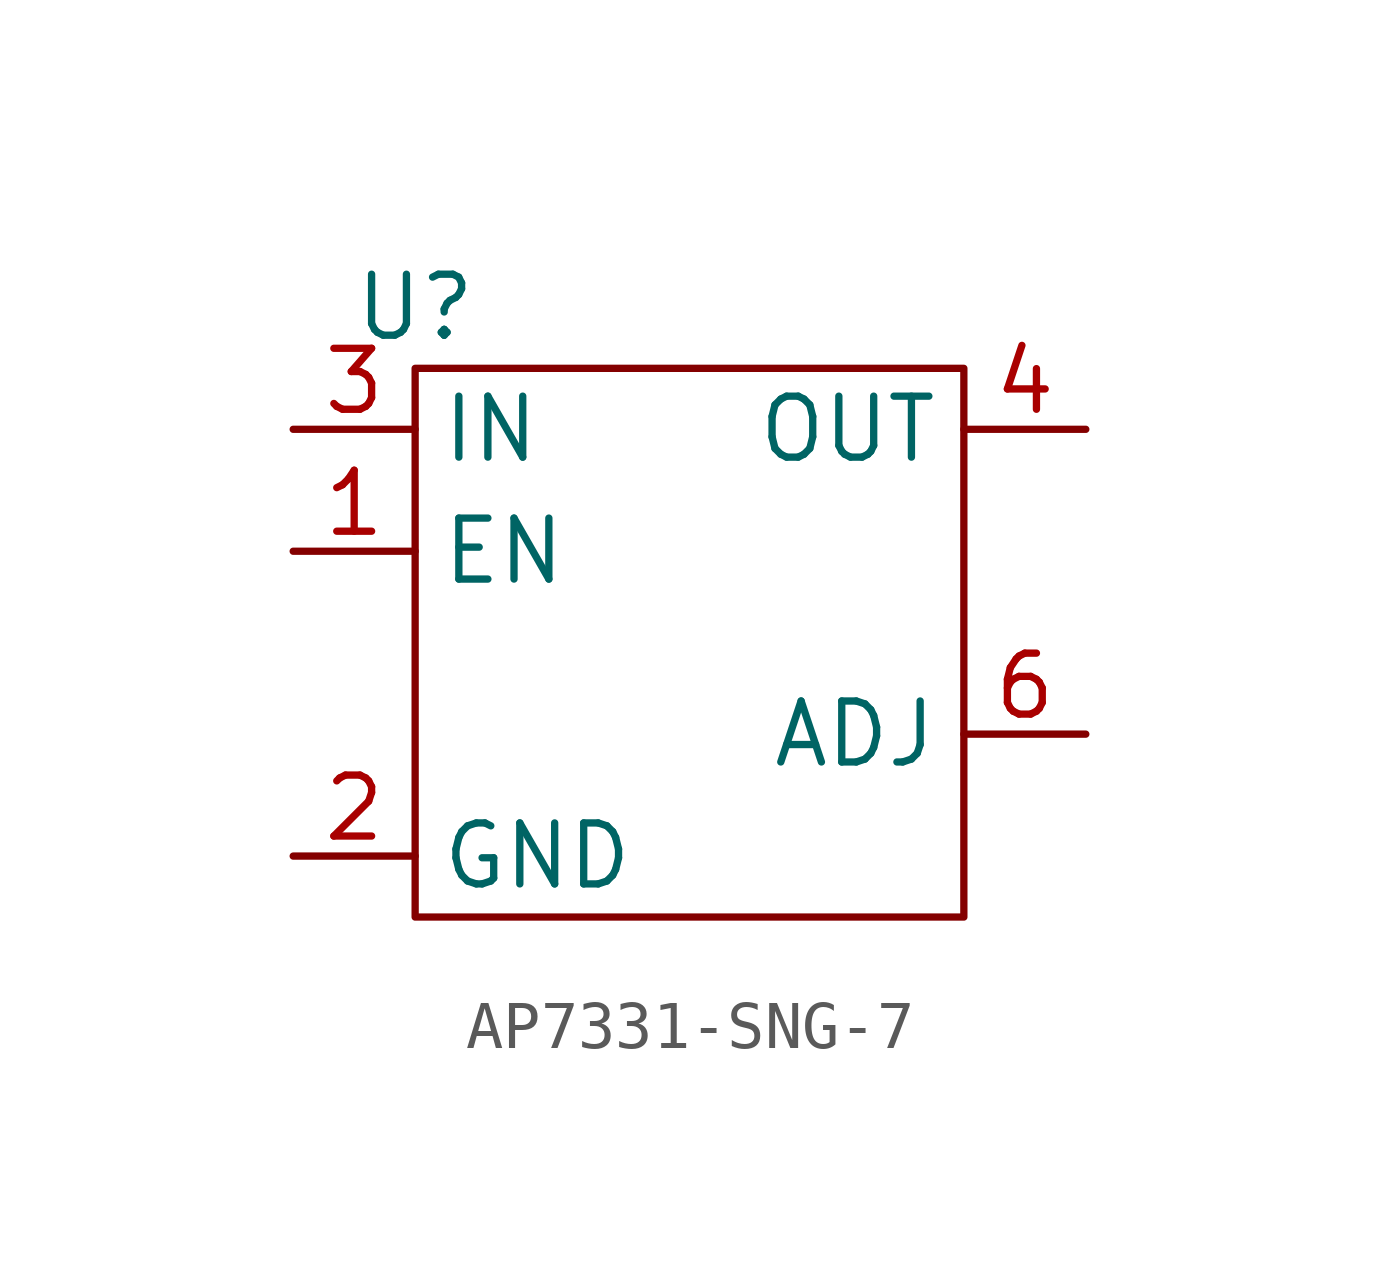
<source format=kicad_sym>
(kicad_symbol_lib
  (version 20211014)
  (generator kicad_symbol_editor)
  (symbol "AP7331-SNG-7"
    (property "Reference" "U"
      (at 0 1.27 0)
      (effects (font (size 1.27 1.27))))
    (symbol "AP7331-SNG-7_0_1"
      (rectangle (start 0 0) (end 11.43 -11.43) (stroke (width 0.152) (type default) (color 0 0 0 0)) (fill (type none))))
    (symbol "AP7331-SNG-7_1_1"
      (pin input line (at -2.54 -3.81 0) (length 2.54) (name "EN" (effects (font (size 1.27 1.27)))) (number "1" (effects (font (size 1.27 1.27)))))
      (pin power_in line (at -2.54 -10.16 0) (length 2.54) (name "GND" (effects (font (size 1.27 1.27)))) (number "2" (effects (font (size 1.27 1.27)))))
      (pin power_in line (at -2.54 -1.27 0) (length 2.54) (name "IN" (effects (font (size 1.27 1.27)))) (number "3" (effects (font (size 1.27 1.27)))))
      (pin power_out line (at 13.97 -1.27 180) (length 2.54) (name "OUT" (effects (font (size 1.27 1.27)))) (number "4" (effects (font (size 1.27 1.27)))))
      (pin no_connect line (at 13.97 -10.16 180) (length 2.54) hide (name "NC0" (effects (font (size 1.27 1.27)))) (number "5" (effects (font (size 1.27 1.27)))))
      (pin input line (at 13.97 -7.62 180) (length 2.54) (name "ADJ" (effects (font (size 1.27 1.27)))) (number "6" (effects (font (size 1.27 1.27))))))))
</source>
